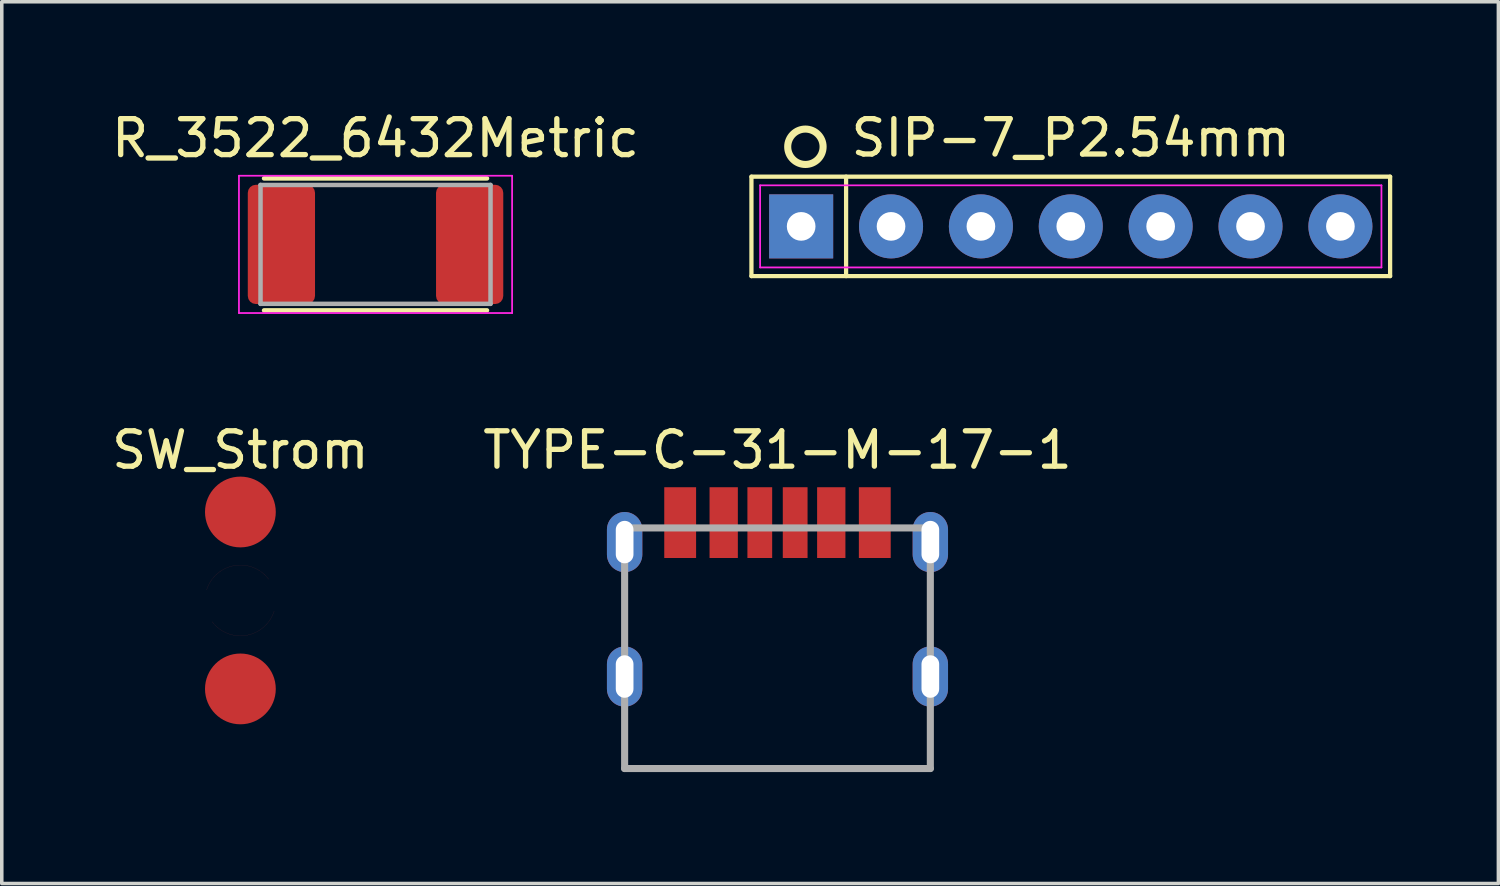
<source format=kicad_pcb>
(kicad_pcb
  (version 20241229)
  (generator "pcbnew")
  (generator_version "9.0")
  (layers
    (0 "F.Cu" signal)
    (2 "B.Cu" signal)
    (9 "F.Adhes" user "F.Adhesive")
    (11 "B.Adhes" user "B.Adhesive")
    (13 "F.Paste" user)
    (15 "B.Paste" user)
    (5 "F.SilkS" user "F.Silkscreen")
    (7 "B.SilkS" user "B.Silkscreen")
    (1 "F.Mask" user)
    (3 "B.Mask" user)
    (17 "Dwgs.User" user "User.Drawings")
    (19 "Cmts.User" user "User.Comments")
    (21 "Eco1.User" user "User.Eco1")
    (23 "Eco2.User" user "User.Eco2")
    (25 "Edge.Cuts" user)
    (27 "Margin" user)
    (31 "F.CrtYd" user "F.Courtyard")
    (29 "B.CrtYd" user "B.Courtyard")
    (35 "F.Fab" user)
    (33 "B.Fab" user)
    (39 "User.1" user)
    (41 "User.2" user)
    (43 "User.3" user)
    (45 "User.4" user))
  (footprint "TYPE-C-31-M-17-1"
    (layer "F.Cu")
    (at 18.923 18.67)
    (property "Reference" "TYPE-C-31-M-17-1" (at 0 -9 0) (layer "F.SilkS") (effects (font (size 1 1) (thickness 0.15))))
    (attr through_hole)
    (fp_line (start -4.32 0) (end 4.32 0) (stroke (width 0.1) (type solid)) (layer "F.SilkS"))
    (fp_line (start -4.32 -6.8) (end 4.32 -6.8) (stroke (width 0.2) (type solid)) (layer "F.Fab"))
    (fp_line (start -4.32 0) (end -4.32 -6.8) (stroke (width 0.2) (type solid)) (layer "F.Fab"))
    (fp_line (start 4.32 -6.8) (end 4.32 0) (stroke (width 0.2) (type solid)) (layer "F.Fab"))
    (fp_line (start 4.32 0) (end -4.32 0) (stroke (width 0.2) (type solid)) (layer "F.Fab"))
    (pad "A5" smd rect (at -0.5 -6.95) (size 0.7 2) (layers "F.Cu" "F.Mask" "F.Paste"))
    (pad "A9" smd rect (at 1.52 -6.95) (size 0.8 2) (layers "F.Cu" "F.Mask" "F.Paste"))
    (pad "A12" smd rect (at 2.75 -6.95) (size 0.9 2) (layers "F.Cu" "F.Mask" "F.Paste"))
    (pad "B5" smd rect (at 0.5 -6.95) (size 0.7 2) (layers "F.Cu" "F.Mask" "F.Paste"))
    (pad "B9" smd rect (at -1.52 -6.95) (size 0.8 2) (layers "F.Cu" "F.Mask" "F.Paste"))
    (pad "B12" smd rect (at -2.75 -6.95) (size 0.9 2) (layers "F.Cu" "F.Mask" "F.Paste"))
    (pad "MH1" thru_hole oval (at -4.32 -2.6) (size 1 1.7) (drill oval 0.5 1.2) (layers "*.Cu" "*.Mask"))
    (pad "MH2" thru_hole oval (at 4.32 -2.6) (size 1 1.7) (drill oval 0.5 1.2) (layers "*.Cu" "*.Mask"))
    (pad "MH3" thru_hole oval (at 4.32 -6.4) (size 1 1.7) (drill oval 0.5 1.2) (layers "*.Cu" "*.Mask"))
    (pad "MH4" thru_hole oval (at -4.32 -6.4) (size 1 1.7) (drill oval 0.5 1.2) (layers "*.Cu" "*.Mask")))
  (footprint "R_3522_6432Metric"
    (layer "F.Cu")
    (at 7.563 3.857)
    (property "Reference" "R_3522_6432Metric" (at 0 -3 0) (layer "F.SilkS") (effects (font (size 1.015 1.015) (thickness 0.15))))
    (attr through_hole)
    (fp_line (start -3.15 -1.865) (end 3.15 -1.865) (stroke (width 0.127) (type solid)) (layer "F.SilkS"))
    (fp_line (start -3.15 1.865) (end 3.15 1.865) (stroke (width 0.127) (type solid)) (layer "F.SilkS"))
    (fp_line (start -3.86 -1.94) (end 3.86 -1.94) (stroke (width 0.05) (type solid)) (layer "F.CrtYd"))
    (fp_line (start -3.86 1.94) (end -3.86 -1.94) (stroke (width 0.05) (type solid)) (layer "F.CrtYd"))
    (fp_line (start 3.86 -1.94) (end 3.86 1.94) (stroke (width 0.05) (type solid)) (layer "F.CrtYd"))
    (fp_line (start 3.86 1.94) (end -3.86 1.94) (stroke (width 0.05) (type solid)) (layer "F.CrtYd"))
    (fp_line (start -3.25 -1.68) (end -3.25 1.68) (stroke (width 0.127) (type solid)) (layer "F.Fab"))
    (fp_line (start -3.25 -1.68) (end 3.25 -1.68) (stroke (width 0.127) (type solid)) (layer "F.Fab"))
    (fp_line (start -3.25 1.68) (end 3.25 1.68) (stroke (width 0.127) (type solid)) (layer "F.Fab"))
    (fp_line (start 3.25 -1.68) (end 3.25 1.68) (stroke (width 0.127) (type solid)) (layer "F.Fab"))
    (pad "1" smd roundrect (at -2.66 0) (size 1.9 3.37) (layers "F.Cu" "F.Mask" "F.Paste") (roundrect_rratio 0.12))
    (pad "2" smd roundrect (at 2.66 0) (size 1.9 3.37) (layers "F.Cu" "F.Mask" "F.Paste") (roundrect_rratio 0.12)))
  (footprint "SW_Strom"
    (layer "F.Cu")
    (at 3.744 13.92)
    (property "Reference" "SW_Strom" (at 0 -4.25 0) (layer "F.SilkS") (effects (font (size 1 1) (thickness 0.15))))
    (attr through_hole)
    (fp_arc (start -0.954604 -0.297876) (mid -0.169692 -0.985497) (end 0.8 -0.6) (stroke (width 0.002) (type solid)) (layer "F.Cu"))
    (fp_arc (start 0.954604 0.297876) (mid 0.169692 0.985497) (end -0.8 0.6) (stroke (width 0.002) (type solid)) (layer "F.Cu"))
    (fp_arc (start -1.323013 -1.067537) (mid 0.566073 -1.602985) (end 1.7 0) (stroke (width 0.6) (type solid)) (layer "F.Mask"))
    (fp_arc (start 1.323013 1.067537) (mid -0.566073 1.602985) (end -1.7 0) (stroke (width 0.6) (type solid)) (layer "F.Mask"))
    (fp_poly (pts (xy -2 0) (xy -1.997 -0.15) (xy -1.977 -0.3) (xy -0.2 -0.3) (xy -0.2 0.3) (xy -1.95 0.3)) (stroke (width 0) (type solid)) (fill yes) (layer "F.Mask"))
    (fp_poly (pts (xy 2 0) (xy 1.997 0.15) (xy 1.977 0.3) (xy 0.2 0.3) (xy 0.2 -0.3) (xy 1.95 -0.3)) (stroke (width 0) (type solid)) (fill yes) (layer "F.Mask"))
    (fp_poly (pts (xy -1.863 -0.727) (xy -1.851 -0.758) (xy -1.818 -0.833) (xy -1.806 -0.86) (xy -1.797 -0.878) (xy -1.783 -0.906) (xy -1.766 -0.939) (xy -1.75 -0.968) (xy -1.729 -1.005) (xy -1.71 -1.037) (xy -1.691 -1.068) (xy -1.675 -1.093) (xy -1.652 -1.127) (xy -1.629 -1.16) (xy -1.599 -1.201) (xy -1.561 -1.25) (xy -0.631 -1.25) (xy -0.688 -1.219) (xy -0.752 -1.181) (xy -0.808 -1.144) (xy -0.858 -1.107) (xy -0.899 -1.073) (xy -0.92 -1.055) (xy -0.937 -1.04) (xy -0.959 -1.02) (xy -0.999 -0.981) (xy -1.027 -0.951) (xy -1.049 -0.927) (xy -1.072 -0.901) (xy -1.092 -0.876) (xy -1.11 -0.853) (xy -1.128 -0.829) (xy -1.147 -0.803) (xy -1.174 -0.763) (xy -1.197 -0.726) (xy -1.213 -0.7) (xy -1.873 -0.7)) (stroke (width 0) (type solid)) (fill yes) (layer "F.Mask"))
    (fp_poly (pts (xy 1.863 0.727) (xy 1.851 0.758) (xy 1.818 0.833) (xy 1.806 0.86) (xy 1.797 0.878) (xy 1.783 0.906) (xy 1.766 0.939) (xy 1.75 0.968) (xy 1.729 1.005) (xy 1.71 1.037) (xy 1.691 1.068) (xy 1.675 1.093) (xy 1.652 1.127) (xy 1.629 1.16) (xy 1.599 1.201) (xy 1.561 1.25) (xy 0.631 1.25) (xy 0.688 1.219) (xy 0.752 1.181) (xy 0.808 1.144) (xy 0.858 1.107) (xy 0.899 1.073) (xy 0.92 1.055) (xy 0.937 1.04) (xy 0.959 1.02) (xy 0.999 0.981) (xy 1.027 0.951) (xy 1.049 0.927) (xy 1.072 0.901) (xy 1.092 0.876) (xy 1.11 0.853) (xy 1.128 0.829) (xy 1.147 0.803) (xy 1.174 0.763) (xy 1.197 0.726) (xy 1.213 0.7) (xy 1.873 0.7)) (stroke (width 0) (type solid)) (fill yes) (layer "F.Mask"))
    (fp_poly (pts (xy -0.995 -0.098) (xy -0.991 -0.132) (xy -0.985 -0.171) (xy -0.979 -0.202) (xy -0.971 -0.239) (xy -0.963 -0.268) (xy -0.956 -0.294) (xy -0.948 -0.317) (xy -0.941 -0.339) (xy -0.933 -0.359) (xy -0.919 -0.394) (xy -0.903 -0.429) (xy -0.89 -0.456) (xy -0.878 -0.478) (xy -0.863 -0.505) (xy -0.848 -0.53) (xy -0.821 -0.571) (xy -0.796 -0.605) (xy -0.784 -0.621) (xy -0.772 -0.635) (xy -0.739 -0.674) (xy -0.709 -0.705) (xy -0.686 -0.727) (xy -0.671 -0.741) (xy -0.653 -0.757) (xy -0.635 -0.772) (xy -0.619 -0.785) (xy -0.606 -0.795) (xy -0.588 -0.809) (xy -0.573 -0.819) (xy -0.549 -0.836) (xy -0.529 -0.848) (xy -0.508 -0.861) (xy -0.492 -0.87) (xy -0.466 -0.885) (xy -0.442 -0.897) (xy -0.406 -0.914) (xy -0.336 -0.942) (xy -0.302 -0.953) (xy -0.277 -0.961) (xy -0.242 -0.97) (xy -0.213 -0.977) (xy -0.19 -0.982) (xy -0.141 -0.99) (xy -0.1 -0.995) (xy -0.061 -0.998) (xy -0.028 -1) (xy 0 -1) (xy 0.021 -1) (xy 0.059 -0.998) (xy 0.108 -0.994) (xy 0.167 -0.986) (xy 0.236 -0.972) (xy 0.29 -0.957) (xy 0.338 -0.941) (xy 0.38 -0.925) (xy 0.416 -0.909) (xy 0.454 -0.891) (xy 0.482 -0.876) (xy 0.507 -0.862) (xy 0.536 -0.844) (xy 0.558 -0.83) (xy 0.582 -0.813) (xy 0.604 -0.797) (xy 0.637 -0.771) (xy 0.661 -0.75) (xy 0.686 -0.727) (xy 0.714 -0.7) (xy 0.74 -0.672) (xy 0.764 -0.645) (xy 0.785 -0.619) (xy 0.8 -0.6) (xy -0.2 -0.6) (xy -0.2 0) (xy -1 0) (xy -0.999 -0.035) (xy -0.998 -0.059)) (stroke (width 0) (type solid)) (fill yes) (layer "F.Mask"))
    (fp_poly (pts (xy 0.995 0.098) (xy 0.991 0.132) (xy 0.985 0.171) (xy 0.979 0.202) (xy 0.971 0.239) (xy 0.963 0.268) (xy 0.956 0.294) (xy 0.948 0.317) (xy 0.941 0.339) (xy 0.933 0.359) (xy 0.919 0.394) (xy 0.903 0.429) (xy 0.89 0.456) (xy 0.878 0.478) (xy 0.863 0.505) (xy 0.848 0.53) (xy 0.821 0.571) (xy 0.796 0.605) (xy 0.784 0.621) (xy 0.772 0.635) (xy 0.739 0.674) (xy 0.709 0.705) (xy 0.686 0.727) (xy 0.671 0.741) (xy 0.653 0.757) (xy 0.635 0.772) (xy 0.619 0.785) (xy 0.606 0.795) (xy 0.588 0.809) (xy 0.573 0.819) (xy 0.549 0.836) (xy 0.529 0.848) (xy 0.508 0.861) (xy 0.492 0.87) (xy 0.466 0.885) (xy 0.442 0.897) (xy 0.406 0.914) (xy 0.336 0.942) (xy 0.302 0.953) (xy 0.277 0.961) (xy 0.242 0.97) (xy 0.213 0.977) (xy 0.19 0.982) (xy 0.141 0.99) (xy 0.1 0.995) (xy 0.061 0.998) (xy 0.028 1) (xy 0 1) (xy -0.021 1) (xy -0.059 0.998) (xy -0.108 0.994) (xy -0.167 0.986) (xy -0.236 0.972) (xy -0.29 0.957) (xy -0.338 0.941) (xy -0.38 0.925) (xy -0.416 0.909) (xy -0.454 0.891) (xy -0.482 0.876) (xy -0.507 0.862) (xy -0.536 0.844) (xy -0.558 0.83) (xy -0.582 0.813) (xy -0.604 0.797) (xy -0.637 0.771) (xy -0.661 0.75) (xy -0.686 0.727) (xy -0.714 0.7) (xy -0.74 0.672) (xy -0.764 0.645) (xy -0.785 0.619) (xy -0.8 0.6) (xy 0.2 0.6) (xy 0.2 0) (xy 1 0) (xy 0.999 0.035) (xy 0.998 0.059)) (stroke (width 0) (type solid)) (fill yes) (layer "F.Mask"))
    (pad "1" connect circle (at 0 -2.5) (size 2 2) (layers "F.Cu" "F.Mask"))
    (pad "2" connect circle (at 0 2.5) (size 2 2) (layers "F.Cu" "F.Mask")))
  (footprint "SIP-7_P2.54mm"
    (layer "F.Cu")
    (at 27.212 3.348)
    (property "Reference" "SIP-7_P2.54mm" (at 0 -2.5 0) (layer "F.SilkS") (effects (font (size 1 1) (thickness 0.15))))
    (attr through_hole)
    (fp_line (start -9.025 -1.405) (end 9.025 -1.405) (stroke (width 0.12) (type solid)) (layer "F.SilkS"))
    (fp_line (start -9.025 1.405) (end -9.025 -1.405) (stroke (width 0.12) (type solid)) (layer "F.SilkS"))
    (fp_line (start -6.35 -1.405) (end -6.35 1.405) (stroke (width 0.12) (type solid)) (layer "F.SilkS"))
    (fp_line (start 9.025 -1.405) (end 9.025 1.405) (stroke (width 0.12) (type solid)) (layer "F.SilkS"))
    (fp_line (start 9.025 1.405) (end -9.025 1.405) (stroke (width 0.12) (type solid)) (layer "F.SilkS"))
    (fp_circle (center -7.5 -2.25) (end -7 -2.25) (stroke (width 0.2) (type solid)) (fill no) (layer "F.SilkS"))
    (fp_line (start -8.78 -1.16) (end 8.78 -1.16) (stroke (width 0.05) (type solid)) (layer "F.CrtYd"))
    (fp_line (start -8.78 1.16) (end -8.78 -1.16) (stroke (width 0.05) (type solid)) (layer "F.CrtYd"))
    (fp_line (start 8.78 -1.16) (end 8.78 1.16) (stroke (width 0.05) (type solid)) (layer "F.CrtYd"))
    (fp_line (start 8.78 1.16) (end -8.78 1.16) (stroke (width 0.05) (type solid)) (layer "F.CrtYd"))
    (pad "1" thru_hole rect (at -7.62 0) (size 1.81 1.81) (drill 0.81) (layers "*.Cu" "*.Mask"))
    (pad "2" thru_hole circle (at -5.08 0) (size 1.81 1.81) (drill 0.81) (layers "*.Cu" "*.Mask"))
    (pad "3" thru_hole circle (at -2.54 0) (size 1.81 1.81) (drill 0.81) (layers "*.Cu" "*.Mask"))
    (pad "4" thru_hole circle (at 0 0) (size 1.81 1.81) (drill 0.81) (layers "*.Cu" "*.Mask"))
    (pad "5" thru_hole circle (at 2.54 0) (size 1.81 1.81) (drill 0.81) (layers "*.Cu" "*.Mask"))
    (pad "6" thru_hole circle (at 5.08 0) (size 1.81 1.81) (drill 0.81) (layers "*.Cu" "*.Mask"))
    (pad "7" thru_hole circle (at 7.62 0) (size 1.81 1.81) (drill 0.81) (layers "*.Cu" "*.Mask")))
  (gr_rect
    (start -3 -3)
    (end 39.297 21.92)
    (stroke (width 0.1) (type default))
    (fill no)
    (layer "Edge.Cuts")))
</source>
